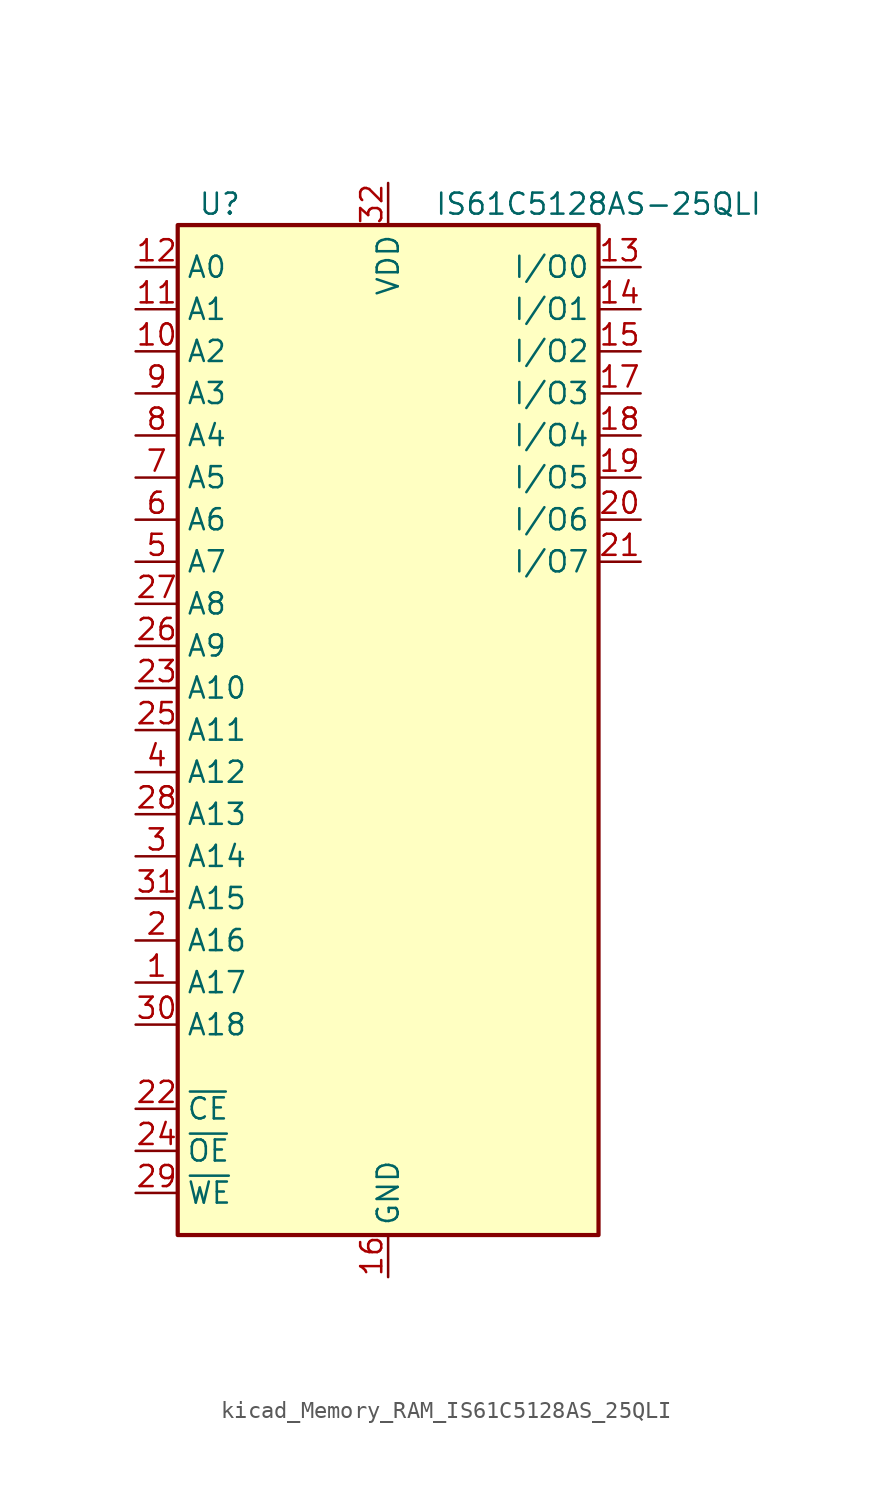
<source format=kicad_sym>
(kicad_symbol_lib
  (version 20220914)
  (generator kicad_symbol_editor)
  (symbol "kicad_Memory_RAM_IS61C5128AS_25QLI"
    (property "Reference" "U"
      (at -10.16 31.75 0)
      (effects (font (size 1.27 1.27))))
    (property "Value" "IS61C5128AS-25QLI"
      (at 12.7 31.75 0)
      (effects (font (size 1.27 1.27))))
    (symbol "kicad_Memory_RAM_IS61C5128AS_25QLI_0_1"
      (rectangle (start -12.7 30.48) (end 12.7 -30.48) (stroke (width 0.254) (type default)) (fill (type background))))
    (symbol "kicad_Memory_RAM_IS61C5128AS_25QLI_1_1"
      (pin input line (at -15.24 -15.24 0) (length 2.54) (name "A17" (effects (font (size 1.27 1.27)))) (number "1" (effects (font (size 1.27 1.27)))))
      (pin input line (at -15.24 22.86 0) (length 2.54) (name "A2" (effects (font (size 1.27 1.27)))) (number "10" (effects (font (size 1.27 1.27)))))
      (pin input line (at -15.24 25.4 0) (length 2.54) (name "A1" (effects (font (size 1.27 1.27)))) (number "11" (effects (font (size 1.27 1.27)))))
      (pin input line (at -15.24 27.94 0) (length 2.54) (name "A0" (effects (font (size 1.27 1.27)))) (number "12" (effects (font (size 1.27 1.27)))))
      (pin bidirectional line (at 15.24 27.94 180) (length 2.54) (name "I/O0" (effects (font (size 1.27 1.27)))) (number "13" (effects (font (size 1.27 1.27)))))
      (pin bidirectional line (at 15.24 25.4 180) (length 2.54) (name "I/O1" (effects (font (size 1.27 1.27)))) (number "14" (effects (font (size 1.27 1.27)))))
      (pin bidirectional line (at 15.24 22.86 180) (length 2.54) (name "I/O2" (effects (font (size 1.27 1.27)))) (number "15" (effects (font (size 1.27 1.27)))))
      (pin power_in line (at 0 -33.02 90) (length 2.54) (name "GND" (effects (font (size 1.27 1.27)))) (number "16" (effects (font (size 1.27 1.27)))))
      (pin bidirectional line (at 15.24 20.32 180) (length 2.54) (name "I/O3" (effects (font (size 1.27 1.27)))) (number "17" (effects (font (size 1.27 1.27)))))
      (pin bidirectional line (at 15.24 17.78 180) (length 2.54) (name "I/O4" (effects (font (size 1.27 1.27)))) (number "18" (effects (font (size 1.27 1.27)))))
      (pin bidirectional line (at 15.24 15.24 180) (length 2.54) (name "I/O5" (effects (font (size 1.27 1.27)))) (number "19" (effects (font (size 1.27 1.27)))))
      (pin input line (at -15.24 -12.7 0) (length 2.54) (name "A16" (effects (font (size 1.27 1.27)))) (number "2" (effects (font (size 1.27 1.27)))))
      (pin bidirectional line (at 15.24 12.7 180) (length 2.54) (name "I/O6" (effects (font (size 1.27 1.27)))) (number "20" (effects (font (size 1.27 1.27)))))
      (pin bidirectional line (at 15.24 10.16 180) (length 2.54) (name "I/O7" (effects (font (size 1.27 1.27)))) (number "21" (effects (font (size 1.27 1.27)))))
      (pin input line (at -15.24 -22.86 0) (length 2.54) (name "~{CE}" (effects (font (size 1.27 1.27)))) (number "22" (effects (font (size 1.27 1.27)))))
      (pin input line (at -15.24 2.54 0) (length 2.54) (name "A10" (effects (font (size 1.27 1.27)))) (number "23" (effects (font (size 1.27 1.27)))))
      (pin input line (at -15.24 -25.4 0) (length 2.54) (name "~{OE}" (effects (font (size 1.27 1.27)))) (number "24" (effects (font (size 1.27 1.27)))))
      (pin input line (at -15.24 0 0) (length 2.54) (name "A11" (effects (font (size 1.27 1.27)))) (number "25" (effects (font (size 1.27 1.27)))))
      (pin input line (at -15.24 5.08 0) (length 2.54) (name "A9" (effects (font (size 1.27 1.27)))) (number "26" (effects (font (size 1.27 1.27)))))
      (pin input line (at -15.24 7.62 0) (length 2.54) (name "A8" (effects (font (size 1.27 1.27)))) (number "27" (effects (font (size 1.27 1.27)))))
      (pin input line (at -15.24 -5.08 0) (length 2.54) (name "A13" (effects (font (size 1.27 1.27)))) (number "28" (effects (font (size 1.27 1.27)))))
      (pin input line (at -15.24 -27.94 0) (length 2.54) (name "~{WE}" (effects (font (size 1.27 1.27)))) (number "29" (effects (font (size 1.27 1.27)))))
      (pin input line (at -15.24 -7.62 0) (length 2.54) (name "A14" (effects (font (size 1.27 1.27)))) (number "3" (effects (font (size 1.27 1.27)))))
      (pin input line (at -15.24 -17.78 0) (length 2.54) (name "A18" (effects (font (size 1.27 1.27)))) (number "30" (effects (font (size 1.27 1.27)))))
      (pin input line (at -15.24 -10.16 0) (length 2.54) (name "A15" (effects (font (size 1.27 1.27)))) (number "31" (effects (font (size 1.27 1.27)))))
      (pin power_in line (at 0 33.02 270) (length 2.54) (name "VDD" (effects (font (size 1.27 1.27)))) (number "32" (effects (font (size 1.27 1.27)))))
      (pin input line (at -15.24 -2.54 0) (length 2.54) (name "A12" (effects (font (size 1.27 1.27)))) (number "4" (effects (font (size 1.27 1.27)))))
      (pin input line (at -15.24 10.16 0) (length 2.54) (name "A7" (effects (font (size 1.27 1.27)))) (number "5" (effects (font (size 1.27 1.27)))))
      (pin input line (at -15.24 12.7 0) (length 2.54) (name "A6" (effects (font (size 1.27 1.27)))) (number "6" (effects (font (size 1.27 1.27)))))
      (pin input line (at -15.24 15.24 0) (length 2.54) (name "A5" (effects (font (size 1.27 1.27)))) (number "7" (effects (font (size 1.27 1.27)))))
      (pin input line (at -15.24 17.78 0) (length 2.54) (name "A4" (effects (font (size 1.27 1.27)))) (number "8" (effects (font (size 1.27 1.27)))))
      (pin input line (at -15.24 20.32 0) (length 2.54) (name "A3" (effects (font (size 1.27 1.27)))) (number "9" (effects (font (size 1.27 1.27))))))))
</source>
